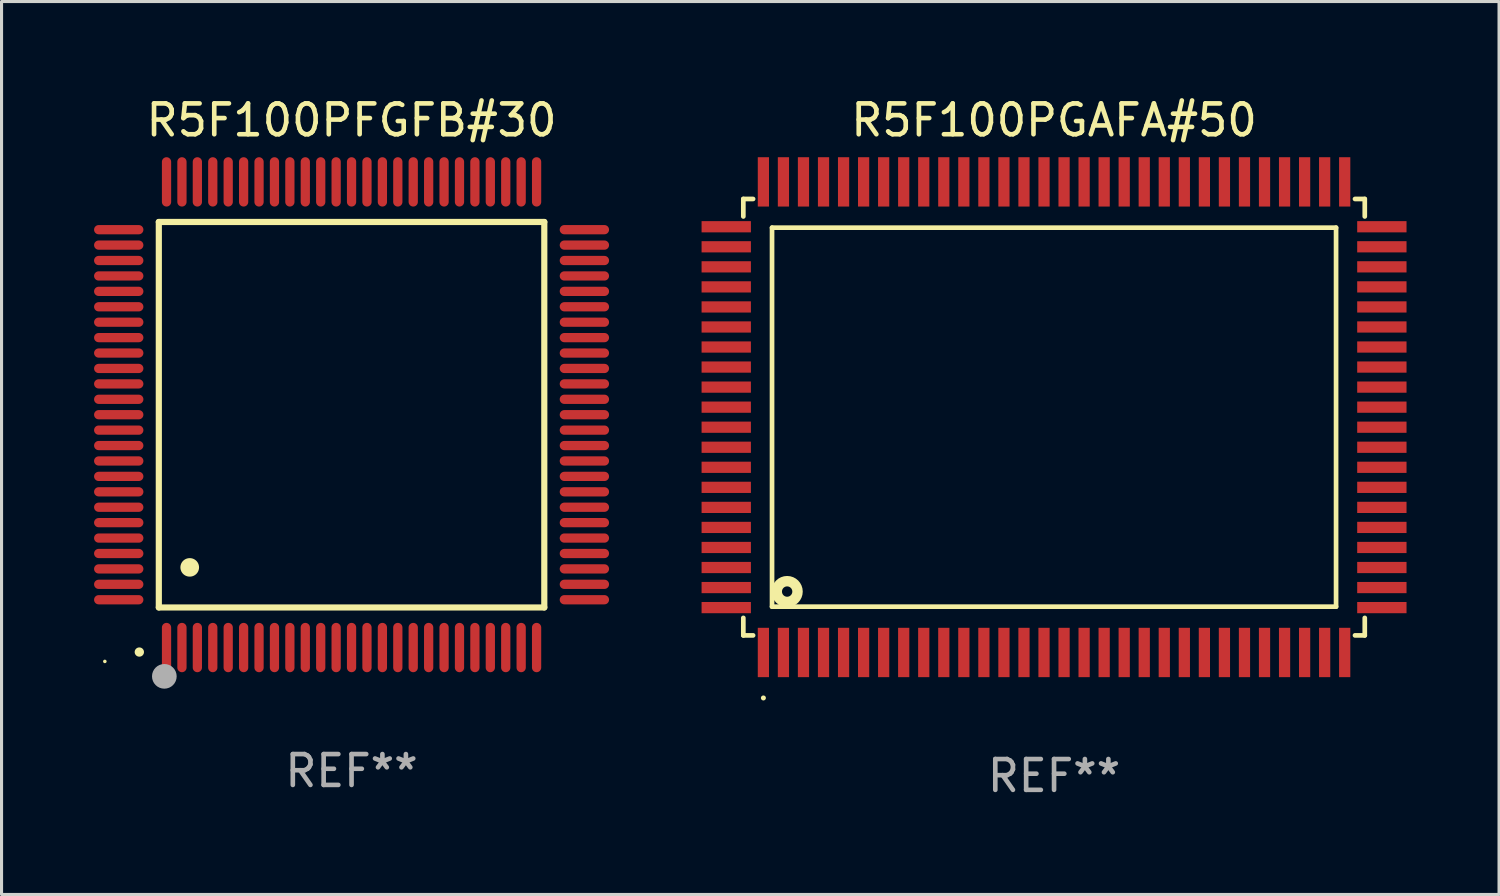
<source format=kicad_pcb>
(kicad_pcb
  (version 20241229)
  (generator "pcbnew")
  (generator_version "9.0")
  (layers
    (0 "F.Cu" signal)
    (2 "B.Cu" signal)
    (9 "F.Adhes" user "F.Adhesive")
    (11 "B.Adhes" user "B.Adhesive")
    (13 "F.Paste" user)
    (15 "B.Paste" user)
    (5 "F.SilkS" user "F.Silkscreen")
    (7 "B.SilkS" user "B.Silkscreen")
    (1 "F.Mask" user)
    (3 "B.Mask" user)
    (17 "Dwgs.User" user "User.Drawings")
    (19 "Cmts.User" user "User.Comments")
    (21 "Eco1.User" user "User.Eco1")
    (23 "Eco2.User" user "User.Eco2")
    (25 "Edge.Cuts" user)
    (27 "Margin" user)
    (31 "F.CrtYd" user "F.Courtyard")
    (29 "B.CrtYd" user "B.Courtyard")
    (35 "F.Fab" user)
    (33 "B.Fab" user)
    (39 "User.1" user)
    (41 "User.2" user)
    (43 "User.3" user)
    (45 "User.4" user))
  (footprint "R5F100PFGFB#30"
    (layer "F.Cu")
    (at 8.35 10.398)
    (property "Reference" "R5F100PFGFB#30" (at 0 -9.55 0) (layer "F.SilkS") (effects (font (size 1 1) (thickness 0.15))))
    (attr through_hole)
    (fp_line (start -6.25 -6.25) (end -6.25 6.25) (stroke (width 0.2) (type solid)) (layer "F.SilkS"))
    (fp_line (start -6.25 6.25) (end 6.25 6.25) (stroke (width 0.2) (type solid)) (layer "F.SilkS"))
    (fp_line (start 6.25 -6.25) (end -6.25 -6.25) (stroke (width 0.2) (type solid)) (layer "F.SilkS"))
    (fp_line (start 6.25 6.25) (end 6.25 -6.25) (stroke (width 0.2) (type solid)) (layer "F.SilkS"))
    (fp_arc (start -6.883414 7.696215) (mid -6.882144 7.69621) (end -6.880874 7.696215) (stroke (width 0.3) (type solid)) (layer "F.SilkS"))
    (fp_arc (start -5.250191 4.95047) (mid -5.247651 4.950459) (end -5.245111 4.95047) (stroke (width 0.6) (type solid)) (layer "F.SilkS"))
    (fp_circle (center -8 8) (end -7.97 8) (stroke (width 0.06) (type solid)) (fill no) (layer "F.SilkS"))
    (fp_circle (center -6.071 8.484) (end -5.871 8.484) (stroke (width 0.4) (type solid)) (fill no) (layer "F.Fab"))
    (fp_text user "REF**" (at 0 11.55 0) (layer "F.Fab") (effects (font (size 1 1) (thickness 0.15))))
    (pad "1" smd oval (at -6 7.55) (size 0.3 1.6) (layers "F.Cu" "F.Mask" "F.Paste"))
    (pad "2" smd oval (at -5.5 7.55) (size 0.3 1.6) (layers "F.Cu" "F.Mask" "F.Paste"))
    (pad "3" smd oval (at -5 7.55) (size 0.3 1.6) (layers "F.Cu" "F.Mask" "F.Paste"))
    (pad "4" smd oval (at -4.5 7.55) (size 0.3 1.6) (layers "F.Cu" "F.Mask" "F.Paste"))
    (pad "5" smd oval (at -4 7.55) (size 0.3 1.6) (layers "F.Cu" "F.Mask" "F.Paste"))
    (pad "6" smd oval (at -3.5 7.55) (size 0.3 1.6) (layers "F.Cu" "F.Mask" "F.Paste"))
    (pad "7" smd oval (at -3 7.55) (size 0.3 1.6) (layers "F.Cu" "F.Mask" "F.Paste"))
    (pad "8" smd oval (at -2.5 7.55) (size 0.3 1.6) (layers "F.Cu" "F.Mask" "F.Paste"))
    (pad "9" smd oval (at -2 7.55) (size 0.3 1.6) (layers "F.Cu" "F.Mask" "F.Paste"))
    (pad "10" smd oval (at -1.5 7.55) (size 0.3 1.6) (layers "F.Cu" "F.Mask" "F.Paste"))
    (pad "11" smd oval (at -1 7.55) (size 0.3 1.6) (layers "F.Cu" "F.Mask" "F.Paste"))
    (pad "12" smd oval (at -0.5 7.55) (size 0.3 1.6) (layers "F.Cu" "F.Mask" "F.Paste"))
    (pad "13" smd oval (at 0 7.55) (size 0.3 1.6) (layers "F.Cu" "F.Mask" "F.Paste"))
    (pad "14" smd oval (at 0.5 7.55) (size 0.3 1.6) (layers "F.Cu" "F.Mask" "F.Paste"))
    (pad "15" smd oval (at 1 7.55) (size 0.3 1.6) (layers "F.Cu" "F.Mask" "F.Paste"))
    (pad "16" smd oval (at 1.5 7.55) (size 0.3 1.6) (layers "F.Cu" "F.Mask" "F.Paste"))
    (pad "17" smd oval (at 2 7.55) (size 0.3 1.6) (layers "F.Cu" "F.Mask" "F.Paste"))
    (pad "18" smd oval (at 2.5 7.55) (size 0.3 1.6) (layers "F.Cu" "F.Mask" "F.Paste"))
    (pad "19" smd oval (at 3 7.55) (size 0.3 1.6) (layers "F.Cu" "F.Mask" "F.Paste"))
    (pad "20" smd oval (at 3.5 7.55) (size 0.3 1.6) (layers "F.Cu" "F.Mask" "F.Paste"))
    (pad "21" smd oval (at 4 7.55) (size 0.3 1.6) (layers "F.Cu" "F.Mask" "F.Paste"))
    (pad "22" smd oval (at 4.5 7.55) (size 0.3 1.6) (layers "F.Cu" "F.Mask" "F.Paste"))
    (pad "23" smd oval (at 5 7.55) (size 0.3 1.6) (layers "F.Cu" "F.Mask" "F.Paste"))
    (pad "24" smd oval (at 5.5 7.55) (size 0.3 1.6) (layers "F.Cu" "F.Mask" "F.Paste"))
    (pad "25" smd oval (at 6 7.55) (size 0.3 1.6) (layers "F.Cu" "F.Mask" "F.Paste"))
    (pad "26" smd oval (at 7.55 6) (size 1.6 0.3) (layers "F.Cu" "F.Mask" "F.Paste"))
    (pad "27" smd oval (at 7.55 5.5) (size 1.6 0.3) (layers "F.Cu" "F.Mask" "F.Paste"))
    (pad "28" smd oval (at 7.55 5) (size 1.6 0.3) (layers "F.Cu" "F.Mask" "F.Paste"))
    (pad "29" smd oval (at 7.55 4.5) (size 1.6 0.3) (layers "F.Cu" "F.Mask" "F.Paste"))
    (pad "30" smd oval (at 7.55 4) (size 1.6 0.3) (layers "F.Cu" "F.Mask" "F.Paste"))
    (pad "31" smd oval (at 7.55 3.5) (size 1.6 0.3) (layers "F.Cu" "F.Mask" "F.Paste"))
    (pad "32" smd oval (at 7.55 3) (size 1.6 0.3) (layers "F.Cu" "F.Mask" "F.Paste"))
    (pad "33" smd oval (at 7.55 2.5) (size 1.6 0.3) (layers "F.Cu" "F.Mask" "F.Paste"))
    (pad "34" smd oval (at 7.55 2) (size 1.6 0.3) (layers "F.Cu" "F.Mask" "F.Paste"))
    (pad "35" smd oval (at 7.55 1.5) (size 1.6 0.3) (layers "F.Cu" "F.Mask" "F.Paste"))
    (pad "36" smd oval (at 7.55 1) (size 1.6 0.3) (layers "F.Cu" "F.Mask" "F.Paste"))
    (pad "37" smd oval (at 7.55 0.5) (size 1.6 0.3) (layers "F.Cu" "F.Mask" "F.Paste"))
    (pad "38" smd oval (at 7.55 0) (size 1.6 0.3) (layers "F.Cu" "F.Mask" "F.Paste"))
    (pad "39" smd oval (at 7.55 -0.5) (size 1.6 0.3) (layers "F.Cu" "F.Mask" "F.Paste"))
    (pad "40" smd oval (at 7.55 -1) (size 1.6 0.3) (layers "F.Cu" "F.Mask" "F.Paste"))
    (pad "41" smd oval (at 7.55 -1.5) (size 1.6 0.3) (layers "F.Cu" "F.Mask" "F.Paste"))
    (pad "42" smd oval (at 7.55 -2) (size 1.6 0.3) (layers "F.Cu" "F.Mask" "F.Paste"))
    (pad "43" smd oval (at 7.55 -2.5) (size 1.6 0.3) (layers "F.Cu" "F.Mask" "F.Paste"))
    (pad "44" smd oval (at 7.55 -3) (size 1.6 0.3) (layers "F.Cu" "F.Mask" "F.Paste"))
    (pad "45" smd oval (at 7.55 -3.5) (size 1.6 0.3) (layers "F.Cu" "F.Mask" "F.Paste"))
    (pad "46" smd oval (at 7.55 -4) (size 1.6 0.3) (layers "F.Cu" "F.Mask" "F.Paste"))
    (pad "47" smd oval (at 7.55 -4.5) (size 1.6 0.3) (layers "F.Cu" "F.Mask" "F.Paste"))
    (pad "48" smd oval (at 7.55 -5) (size 1.6 0.3) (layers "F.Cu" "F.Mask" "F.Paste"))
    (pad "49" smd oval (at 7.55 -5.5) (size 1.6 0.3) (layers "F.Cu" "F.Mask" "F.Paste"))
    (pad "50" smd oval (at 7.55 -6) (size 1.6 0.3) (layers "F.Cu" "F.Mask" "F.Paste"))
    (pad "51" smd oval (at 6 -7.55) (size 0.3 1.6) (layers "F.Cu" "F.Mask" "F.Paste"))
    (pad "52" smd oval (at 5.5 -7.55) (size 0.3 1.6) (layers "F.Cu" "F.Mask" "F.Paste"))
    (pad "53" smd oval (at 5 -7.55) (size 0.3 1.6) (layers "F.Cu" "F.Mask" "F.Paste"))
    (pad "54" smd oval (at 4.5 -7.55) (size 0.3 1.6) (layers "F.Cu" "F.Mask" "F.Paste"))
    (pad "55" smd oval (at 4 -7.55) (size 0.3 1.6) (layers "F.Cu" "F.Mask" "F.Paste"))
    (pad "56" smd oval (at 3.5 -7.55) (size 0.3 1.6) (layers "F.Cu" "F.Mask" "F.Paste"))
    (pad "57" smd oval (at 3 -7.55) (size 0.3 1.6) (layers "F.Cu" "F.Mask" "F.Paste"))
    (pad "58" smd oval (at 2.5 -7.55) (size 0.3 1.6) (layers "F.Cu" "F.Mask" "F.Paste"))
    (pad "59" smd oval (at 2 -7.55) (size 0.3 1.6) (layers "F.Cu" "F.Mask" "F.Paste"))
    (pad "60" smd oval (at 1.5 -7.55) (size 0.3 1.6) (layers "F.Cu" "F.Mask" "F.Paste"))
    (pad "61" smd oval (at 1 -7.55) (size 0.3 1.6) (layers "F.Cu" "F.Mask" "F.Paste"))
    (pad "62" smd oval (at 0.5 -7.55) (size 0.3 1.6) (layers "F.Cu" "F.Mask" "F.Paste"))
    (pad "63" smd oval (at 0 -7.55) (size 0.3 1.6) (layers "F.Cu" "F.Mask" "F.Paste"))
    (pad "64" smd oval (at -0.5 -7.55) (size 0.3 1.6) (layers "F.Cu" "F.Mask" "F.Paste"))
    (pad "65" smd oval (at -1 -7.55) (size 0.3 1.6) (layers "F.Cu" "F.Mask" "F.Paste"))
    (pad "66" smd oval (at -1.5 -7.55) (size 0.3 1.6) (layers "F.Cu" "F.Mask" "F.Paste"))
    (pad "67" smd oval (at -2 -7.55) (size 0.3 1.6) (layers "F.Cu" "F.Mask" "F.Paste"))
    (pad "68" smd oval (at -2.5 -7.55) (size 0.3 1.6) (layers "F.Cu" "F.Mask" "F.Paste"))
    (pad "69" smd oval (at -3 -7.55) (size 0.3 1.6) (layers "F.Cu" "F.Mask" "F.Paste"))
    (pad "70" smd oval (at -3.5 -7.55) (size 0.3 1.6) (layers "F.Cu" "F.Mask" "F.Paste"))
    (pad "71" smd oval (at -4 -7.55) (size 0.3 1.6) (layers "F.Cu" "F.Mask" "F.Paste"))
    (pad "72" smd oval (at -4.5 -7.55) (size 0.3 1.6) (layers "F.Cu" "F.Mask" "F.Paste"))
    (pad "73" smd oval (at -5 -7.55) (size 0.3 1.6) (layers "F.Cu" "F.Mask" "F.Paste"))
    (pad "74" smd oval (at -5.5 -7.55) (size 0.3 1.6) (layers "F.Cu" "F.Mask" "F.Paste"))
    (pad "75" smd oval (at -6 -7.55) (size 0.3 1.6) (layers "F.Cu" "F.Mask" "F.Paste"))
    (pad "76" smd oval (at -7.55 -6) (size 1.6 0.3) (layers "F.Cu" "F.Mask" "F.Paste"))
    (pad "77" smd oval (at -7.55 -5.5) (size 1.6 0.3) (layers "F.Cu" "F.Mask" "F.Paste"))
    (pad "78" smd oval (at -7.55 -5) (size 1.6 0.3) (layers "F.Cu" "F.Mask" "F.Paste"))
    (pad "79" smd oval (at -7.55 -4.5) (size 1.6 0.3) (layers "F.Cu" "F.Mask" "F.Paste"))
    (pad "80" smd oval (at -7.55 -4) (size 1.6 0.3) (layers "F.Cu" "F.Mask" "F.Paste"))
    (pad "81" smd oval (at -7.55 -3.5) (size 1.6 0.3) (layers "F.Cu" "F.Mask" "F.Paste"))
    (pad "82" smd oval (at -7.55 -3) (size 1.6 0.3) (layers "F.Cu" "F.Mask" "F.Paste"))
    (pad "83" smd oval (at -7.55 -2.5) (size 1.6 0.3) (layers "F.Cu" "F.Mask" "F.Paste"))
    (pad "84" smd oval (at -7.55 -2) (size 1.6 0.3) (layers "F.Cu" "F.Mask" "F.Paste"))
    (pad "85" smd oval (at -7.55 -1.5) (size 1.6 0.3) (layers "F.Cu" "F.Mask" "F.Paste"))
    (pad "86" smd oval (at -7.55 -1) (size 1.6 0.3) (layers "F.Cu" "F.Mask" "F.Paste"))
    (pad "87" smd oval (at -7.55 -0.5) (size 1.6 0.3) (layers "F.Cu" "F.Mask" "F.Paste"))
    (pad "88" smd oval (at -7.55 0) (size 1.6 0.3) (layers "F.Cu" "F.Mask" "F.Paste"))
    (pad "89" smd oval (at -7.55 0.5) (size 1.6 0.3) (layers "F.Cu" "F.Mask" "F.Paste"))
    (pad "90" smd oval (at -7.55 1) (size 1.6 0.3) (layers "F.Cu" "F.Mask" "F.Paste"))
    (pad "91" smd oval (at -7.55 1.5) (size 1.6 0.3) (layers "F.Cu" "F.Mask" "F.Paste"))
    (pad "92" smd oval (at -7.55 2) (size 1.6 0.3) (layers "F.Cu" "F.Mask" "F.Paste"))
    (pad "93" smd oval (at -7.55 2.5) (size 1.6 0.3) (layers "F.Cu" "F.Mask" "F.Paste"))
    (pad "94" smd oval (at -7.55 3) (size 1.6 0.3) (layers "F.Cu" "F.Mask" "F.Paste"))
    (pad "95" smd oval (at -7.55 3.5) (size 1.6 0.3) (layers "F.Cu" "F.Mask" "F.Paste"))
    (pad "96" smd oval (at -7.55 4) (size 1.6 0.3) (layers "F.Cu" "F.Mask" "F.Paste"))
    (pad "97" smd oval (at -7.55 4.5) (size 1.6 0.3) (layers "F.Cu" "F.Mask" "F.Paste"))
    (pad "98" smd oval (at -7.55 5) (size 1.6 0.3) (layers "F.Cu" "F.Mask" "F.Paste"))
    (pad "99" smd oval (at -7.55 5.5) (size 1.6 0.3) (layers "F.Cu" "F.Mask" "F.Paste"))
    (pad "100" smd oval (at -7.55 6) (size 1.6 0.3) (layers "F.Cu" "F.Mask" "F.Paste")))
  (footprint "R5F100PGAFA#50"
    (layer "F.Cu")
    (at 31.13 10.478)
    (property "Reference" "R5F100PGAFA#50" (at 0 -9.63 0) (layer "F.SilkS") (effects (font (size 1 1) (thickness 0.15))))
    (attr through_hole)
    (fp_line (start -10.076 -7.076) (end -10.076 -6.509) (stroke (width 0.152) (type solid)) (layer "F.SilkS"))
    (fp_line (start -10.076 7.076) (end -10.076 6.509) (stroke (width 0.152) (type solid)) (layer "F.SilkS"))
    (fp_line (start -9.759 -7.076) (end -10.076 -7.076) (stroke (width 0.152) (type solid)) (layer "F.SilkS"))
    (fp_line (start -9.759 7.076) (end -10.076 7.076) (stroke (width 0.152) (type solid)) (layer "F.SilkS"))
    (fp_line (start -9.145 -6.145) (end 9.145 -6.145) (stroke (width 0.152) (type solid)) (layer "F.SilkS"))
    (fp_line (start -9.145 6.145) (end -9.145 -6.145) (stroke (width 0.152) (type solid)) (layer "F.SilkS"))
    (fp_line (start 9.145 -6.145) (end 9.145 6.145) (stroke (width 0.152) (type solid)) (layer "F.SilkS"))
    (fp_line (start 9.145 6.145) (end -9.145 6.145) (stroke (width 0.152) (type solid)) (layer "F.SilkS"))
    (fp_line (start 9.759 -7.076) (end 10.076 -7.076) (stroke (width 0.152) (type solid)) (layer "F.SilkS"))
    (fp_line (start 9.759 7.076) (end 10.076 7.076) (stroke (width 0.152) (type solid)) (layer "F.SilkS"))
    (fp_line (start 10.076 -7.076) (end 10.076 -6.509) (stroke (width 0.152) (type solid)) (layer "F.SilkS"))
    (fp_line (start 10.076 7.076) (end 10.076 6.509) (stroke (width 0.152) (type solid)) (layer "F.SilkS"))
    (fp_circle (center -9.425 9.105) (end -9.384 9.105) (stroke (width 0.081) (type solid)) (fill no) (layer "F.SilkS"))
    (fp_circle (center -8.655 5.655) (end -8.487 5.655) (stroke (width 0.338) (type solid)) (fill no) (layer "F.SilkS"))
    (fp_text user "REF**" (at 0 11.63 0) (layer "F.Fab") (effects (font (size 1 1) (thickness 0.15))))
    (pad "1" smd rect (at -9.425 7.63) (size 0.364 1.6) (layers "F.Cu" "F.Mask" "F.Paste"))
    (pad "2" smd rect (at -8.775 7.63) (size 0.364 1.6) (layers "F.Cu" "F.Mask" "F.Paste"))
    (pad "3" smd rect (at -8.125 7.63) (size 0.364 1.6) (layers "F.Cu" "F.Mask" "F.Paste"))
    (pad "4" smd rect (at -7.475 7.63) (size 0.364 1.6) (layers "F.Cu" "F.Mask" "F.Paste"))
    (pad "5" smd rect (at -6.825 7.63) (size 0.364 1.6) (layers "F.Cu" "F.Mask" "F.Paste"))
    (pad "6" smd rect (at -6.175 7.63) (size 0.364 1.6) (layers "F.Cu" "F.Mask" "F.Paste"))
    (pad "7" smd rect (at -5.525 7.63) (size 0.364 1.6) (layers "F.Cu" "F.Mask" "F.Paste"))
    (pad "8" smd rect (at -4.875 7.63) (size 0.364 1.6) (layers "F.Cu" "F.Mask" "F.Paste"))
    (pad "9" smd rect (at -4.225 7.63) (size 0.364 1.6) (layers "F.Cu" "F.Mask" "F.Paste"))
    (pad "10" smd rect (at -3.575 7.63) (size 0.364 1.6) (layers "F.Cu" "F.Mask" "F.Paste"))
    (pad "11" smd rect (at -2.925 7.63) (size 0.364 1.6) (layers "F.Cu" "F.Mask" "F.Paste"))
    (pad "12" smd rect (at -2.275 7.63) (size 0.364 1.6) (layers "F.Cu" "F.Mask" "F.Paste"))
    (pad "13" smd rect (at -1.625 7.63) (size 0.364 1.6) (layers "F.Cu" "F.Mask" "F.Paste"))
    (pad "14" smd rect (at -0.975 7.63) (size 0.364 1.6) (layers "F.Cu" "F.Mask" "F.Paste"))
    (pad "15" smd rect (at -0.325 7.63) (size 0.364 1.6) (layers "F.Cu" "F.Mask" "F.Paste"))
    (pad "16" smd rect (at 0.325 7.63) (size 0.364 1.6) (layers "F.Cu" "F.Mask" "F.Paste"))
    (pad "17" smd rect (at 0.975 7.63) (size 0.364 1.6) (layers "F.Cu" "F.Mask" "F.Paste"))
    (pad "18" smd rect (at 1.625 7.63) (size 0.364 1.6) (layers "F.Cu" "F.Mask" "F.Paste"))
    (pad "19" smd rect (at 2.275 7.63) (size 0.364 1.6) (layers "F.Cu" "F.Mask" "F.Paste"))
    (pad "20" smd rect (at 2.925 7.63) (size 0.364 1.6) (layers "F.Cu" "F.Mask" "F.Paste"))
    (pad "21" smd rect (at 3.575 7.63) (size 0.364 1.6) (layers "F.Cu" "F.Mask" "F.Paste"))
    (pad "22" smd rect (at 4.225 7.63) (size 0.364 1.6) (layers "F.Cu" "F.Mask" "F.Paste"))
    (pad "23" smd rect (at 4.875 7.63) (size 0.364 1.6) (layers "F.Cu" "F.Mask" "F.Paste"))
    (pad "24" smd rect (at 5.525 7.63) (size 0.364 1.6) (layers "F.Cu" "F.Mask" "F.Paste"))
    (pad "25" smd rect (at 6.175 7.63) (size 0.364 1.6) (layers "F.Cu" "F.Mask" "F.Paste"))
    (pad "26" smd rect (at 6.825 7.63) (size 0.364 1.6) (layers "F.Cu" "F.Mask" "F.Paste"))
    (pad "27" smd rect (at 7.475 7.63) (size 0.364 1.6) (layers "F.Cu" "F.Mask" "F.Paste"))
    (pad "28" smd rect (at 8.125 7.63) (size 0.364 1.6) (layers "F.Cu" "F.Mask" "F.Paste"))
    (pad "29" smd rect (at 8.775 7.63) (size 0.364 1.6) (layers "F.Cu" "F.Mask" "F.Paste"))
    (pad "30" smd rect (at 9.425 7.63) (size 0.364 1.6) (layers "F.Cu" "F.Mask" "F.Paste"))
    (pad "31" smd rect (at 10.63 6.175) (size 1.6 0.364) (layers "F.Cu" "F.Mask" "F.Paste"))
    (pad "32" smd rect (at 10.63 5.525) (size 1.6 0.364) (layers "F.Cu" "F.Mask" "F.Paste"))
    (pad "33" smd rect (at 10.63 4.875) (size 1.6 0.364) (layers "F.Cu" "F.Mask" "F.Paste"))
    (pad "34" smd rect (at 10.63 4.225) (size 1.6 0.364) (layers "F.Cu" "F.Mask" "F.Paste"))
    (pad "35" smd rect (at 10.63 3.575) (size 1.6 0.364) (layers "F.Cu" "F.Mask" "F.Paste"))
    (pad "36" smd rect (at 10.63 2.925) (size 1.6 0.364) (layers "F.Cu" "F.Mask" "F.Paste"))
    (pad "37" smd rect (at 10.63 2.275) (size 1.6 0.364) (layers "F.Cu" "F.Mask" "F.Paste"))
    (pad "38" smd rect (at 10.63 1.625) (size 1.6 0.364) (layers "F.Cu" "F.Mask" "F.Paste"))
    (pad "39" smd rect (at 10.63 0.975) (size 1.6 0.364) (layers "F.Cu" "F.Mask" "F.Paste"))
    (pad "40" smd rect (at 10.63 0.325) (size 1.6 0.364) (layers "F.Cu" "F.Mask" "F.Paste"))
    (pad "41" smd rect (at 10.63 -0.325) (size 1.6 0.364) (layers "F.Cu" "F.Mask" "F.Paste"))
    (pad "42" smd rect (at 10.63 -0.975) (size 1.6 0.364) (layers "F.Cu" "F.Mask" "F.Paste"))
    (pad "43" smd rect (at 10.63 -1.625) (size 1.6 0.364) (layers "F.Cu" "F.Mask" "F.Paste"))
    (pad "44" smd rect (at 10.63 -2.275) (size 1.6 0.364) (layers "F.Cu" "F.Mask" "F.Paste"))
    (pad "45" smd rect (at 10.63 -2.925) (size 1.6 0.364) (layers "F.Cu" "F.Mask" "F.Paste"))
    (pad "46" smd rect (at 10.63 -3.575) (size 1.6 0.364) (layers "F.Cu" "F.Mask" "F.Paste"))
    (pad "47" smd rect (at 10.63 -4.225) (size 1.6 0.364) (layers "F.Cu" "F.Mask" "F.Paste"))
    (pad "48" smd rect (at 10.63 -4.875) (size 1.6 0.364) (layers "F.Cu" "F.Mask" "F.Paste"))
    (pad "49" smd rect (at 10.63 -5.525) (size 1.6 0.364) (layers "F.Cu" "F.Mask" "F.Paste"))
    (pad "50" smd rect (at 10.63 -6.175) (size 1.6 0.364) (layers "F.Cu" "F.Mask" "F.Paste"))
    (pad "51" smd rect (at 9.425 -7.63) (size 0.364 1.6) (layers "F.Cu" "F.Mask" "F.Paste"))
    (pad "52" smd rect (at 8.775 -7.63) (size 0.364 1.6) (layers "F.Cu" "F.Mask" "F.Paste"))
    (pad "53" smd rect (at 8.125 -7.63) (size 0.364 1.6) (layers "F.Cu" "F.Mask" "F.Paste"))
    (pad "54" smd rect (at 7.475 -7.63) (size 0.364 1.6) (layers "F.Cu" "F.Mask" "F.Paste"))
    (pad "55" smd rect (at 6.825 -7.63) (size 0.364 1.6) (layers "F.Cu" "F.Mask" "F.Paste"))
    (pad "56" smd rect (at 6.175 -7.63) (size 0.364 1.6) (layers "F.Cu" "F.Mask" "F.Paste"))
    (pad "57" smd rect (at 5.525 -7.63) (size 0.364 1.6) (layers "F.Cu" "F.Mask" "F.Paste"))
    (pad "58" smd rect (at 4.875 -7.63) (size 0.364 1.6) (layers "F.Cu" "F.Mask" "F.Paste"))
    (pad "59" smd rect (at 4.225 -7.63) (size 0.364 1.6) (layers "F.Cu" "F.Mask" "F.Paste"))
    (pad "60" smd rect (at 3.575 -7.63) (size 0.364 1.6) (layers "F.Cu" "F.Mask" "F.Paste"))
    (pad "61" smd rect (at 2.925 -7.63) (size 0.364 1.6) (layers "F.Cu" "F.Mask" "F.Paste"))
    (pad "62" smd rect (at 2.275 -7.63) (size 0.364 1.6) (layers "F.Cu" "F.Mask" "F.Paste"))
    (pad "63" smd rect (at 1.625 -7.63) (size 0.364 1.6) (layers "F.Cu" "F.Mask" "F.Paste"))
    (pad "64" smd rect (at 0.975 -7.63) (size 0.364 1.6) (layers "F.Cu" "F.Mask" "F.Paste"))
    (pad "65" smd rect (at 0.325 -7.63) (size 0.364 1.6) (layers "F.Cu" "F.Mask" "F.Paste"))
    (pad "66" smd rect (at -0.325 -7.63) (size 0.364 1.6) (layers "F.Cu" "F.Mask" "F.Paste"))
    (pad "67" smd rect (at -0.975 -7.63) (size 0.364 1.6) (layers "F.Cu" "F.Mask" "F.Paste"))
    (pad "68" smd rect (at -1.625 -7.63) (size 0.364 1.6) (layers "F.Cu" "F.Mask" "F.Paste"))
    (pad "69" smd rect (at -2.275 -7.63) (size 0.364 1.6) (layers "F.Cu" "F.Mask" "F.Paste"))
    (pad "70" smd rect (at -2.925 -7.63) (size 0.364 1.6) (layers "F.Cu" "F.Mask" "F.Paste"))
    (pad "71" smd rect (at -3.575 -7.63) (size 0.364 1.6) (layers "F.Cu" "F.Mask" "F.Paste"))
    (pad "72" smd rect (at -4.225 -7.63) (size 0.364 1.6) (layers "F.Cu" "F.Mask" "F.Paste"))
    (pad "73" smd rect (at -4.875 -7.63) (size 0.364 1.6) (layers "F.Cu" "F.Mask" "F.Paste"))
    (pad "74" smd rect (at -5.525 -7.63) (size 0.364 1.6) (layers "F.Cu" "F.Mask" "F.Paste"))
    (pad "75" smd rect (at -6.175 -7.63) (size 0.364 1.6) (layers "F.Cu" "F.Mask" "F.Paste"))
    (pad "76" smd rect (at -6.825 -7.63) (size 0.364 1.6) (layers "F.Cu" "F.Mask" "F.Paste"))
    (pad "77" smd rect (at -7.475 -7.63) (size 0.364 1.6) (layers "F.Cu" "F.Mask" "F.Paste"))
    (pad "78" smd rect (at -8.125 -7.63) (size 0.364 1.6) (layers "F.Cu" "F.Mask" "F.Paste"))
    (pad "79" smd rect (at -8.775 -7.63) (size 0.364 1.6) (layers "F.Cu" "F.Mask" "F.Paste"))
    (pad "80" smd rect (at -9.425 -7.63) (size 0.364 1.6) (layers "F.Cu" "F.Mask" "F.Paste"))
    (pad "81" smd rect (at -10.63 -6.175) (size 1.6 0.364) (layers "F.Cu" "F.Mask" "F.Paste"))
    (pad "82" smd rect (at -10.63 -5.525) (size 1.6 0.364) (layers "F.Cu" "F.Mask" "F.Paste"))
    (pad "83" smd rect (at -10.63 -4.875) (size 1.6 0.364) (layers "F.Cu" "F.Mask" "F.Paste"))
    (pad "84" smd rect (at -10.63 -4.225) (size 1.6 0.364) (layers "F.Cu" "F.Mask" "F.Paste"))
    (pad "85" smd rect (at -10.63 -3.575) (size 1.6 0.364) (layers "F.Cu" "F.Mask" "F.Paste"))
    (pad "86" smd rect (at -10.63 -2.925) (size 1.6 0.364) (layers "F.Cu" "F.Mask" "F.Paste"))
    (pad "87" smd rect (at -10.63 -2.275) (size 1.6 0.364) (layers "F.Cu" "F.Mask" "F.Paste"))
    (pad "88" smd rect (at -10.63 -1.625) (size 1.6 0.364) (layers "F.Cu" "F.Mask" "F.Paste"))
    (pad "89" smd rect (at -10.63 -0.975) (size 1.6 0.364) (layers "F.Cu" "F.Mask" "F.Paste"))
    (pad "90" smd rect (at -10.63 -0.325) (size 1.6 0.364) (layers "F.Cu" "F.Mask" "F.Paste"))
    (pad "91" smd rect (at -10.63 0.325) (size 1.6 0.364) (layers "F.Cu" "F.Mask" "F.Paste"))
    (pad "92" smd rect (at -10.63 0.975) (size 1.6 0.364) (layers "F.Cu" "F.Mask" "F.Paste"))
    (pad "93" smd rect (at -10.63 1.625) (size 1.6 0.364) (layers "F.Cu" "F.Mask" "F.Paste"))
    (pad "94" smd rect (at -10.63 2.275) (size 1.6 0.364) (layers "F.Cu" "F.Mask" "F.Paste"))
    (pad "95" smd rect (at -10.63 2.925) (size 1.6 0.364) (layers "F.Cu" "F.Mask" "F.Paste"))
    (pad "96" smd rect (at -10.63 3.575) (size 1.6 0.364) (layers "F.Cu" "F.Mask" "F.Paste"))
    (pad "97" smd rect (at -10.63 4.225) (size 1.6 0.364) (layers "F.Cu" "F.Mask" "F.Paste"))
    (pad "98" smd rect (at -10.63 4.875) (size 1.6 0.364) (layers "F.Cu" "F.Mask" "F.Paste"))
    (pad "99" smd rect (at -10.63 5.525) (size 1.6 0.364) (layers "F.Cu" "F.Mask" "F.Paste"))
    (pad "100" smd rect (at -10.63 6.175) (size 1.6 0.364) (layers "F.Cu" "F.Mask" "F.Paste")))
  (gr_rect
    (start -3 -3)
    (end 45.56 25.956)
    (stroke (width 0.1) (type default))
    (fill no)
    (layer "Edge.Cuts")))
</source>
